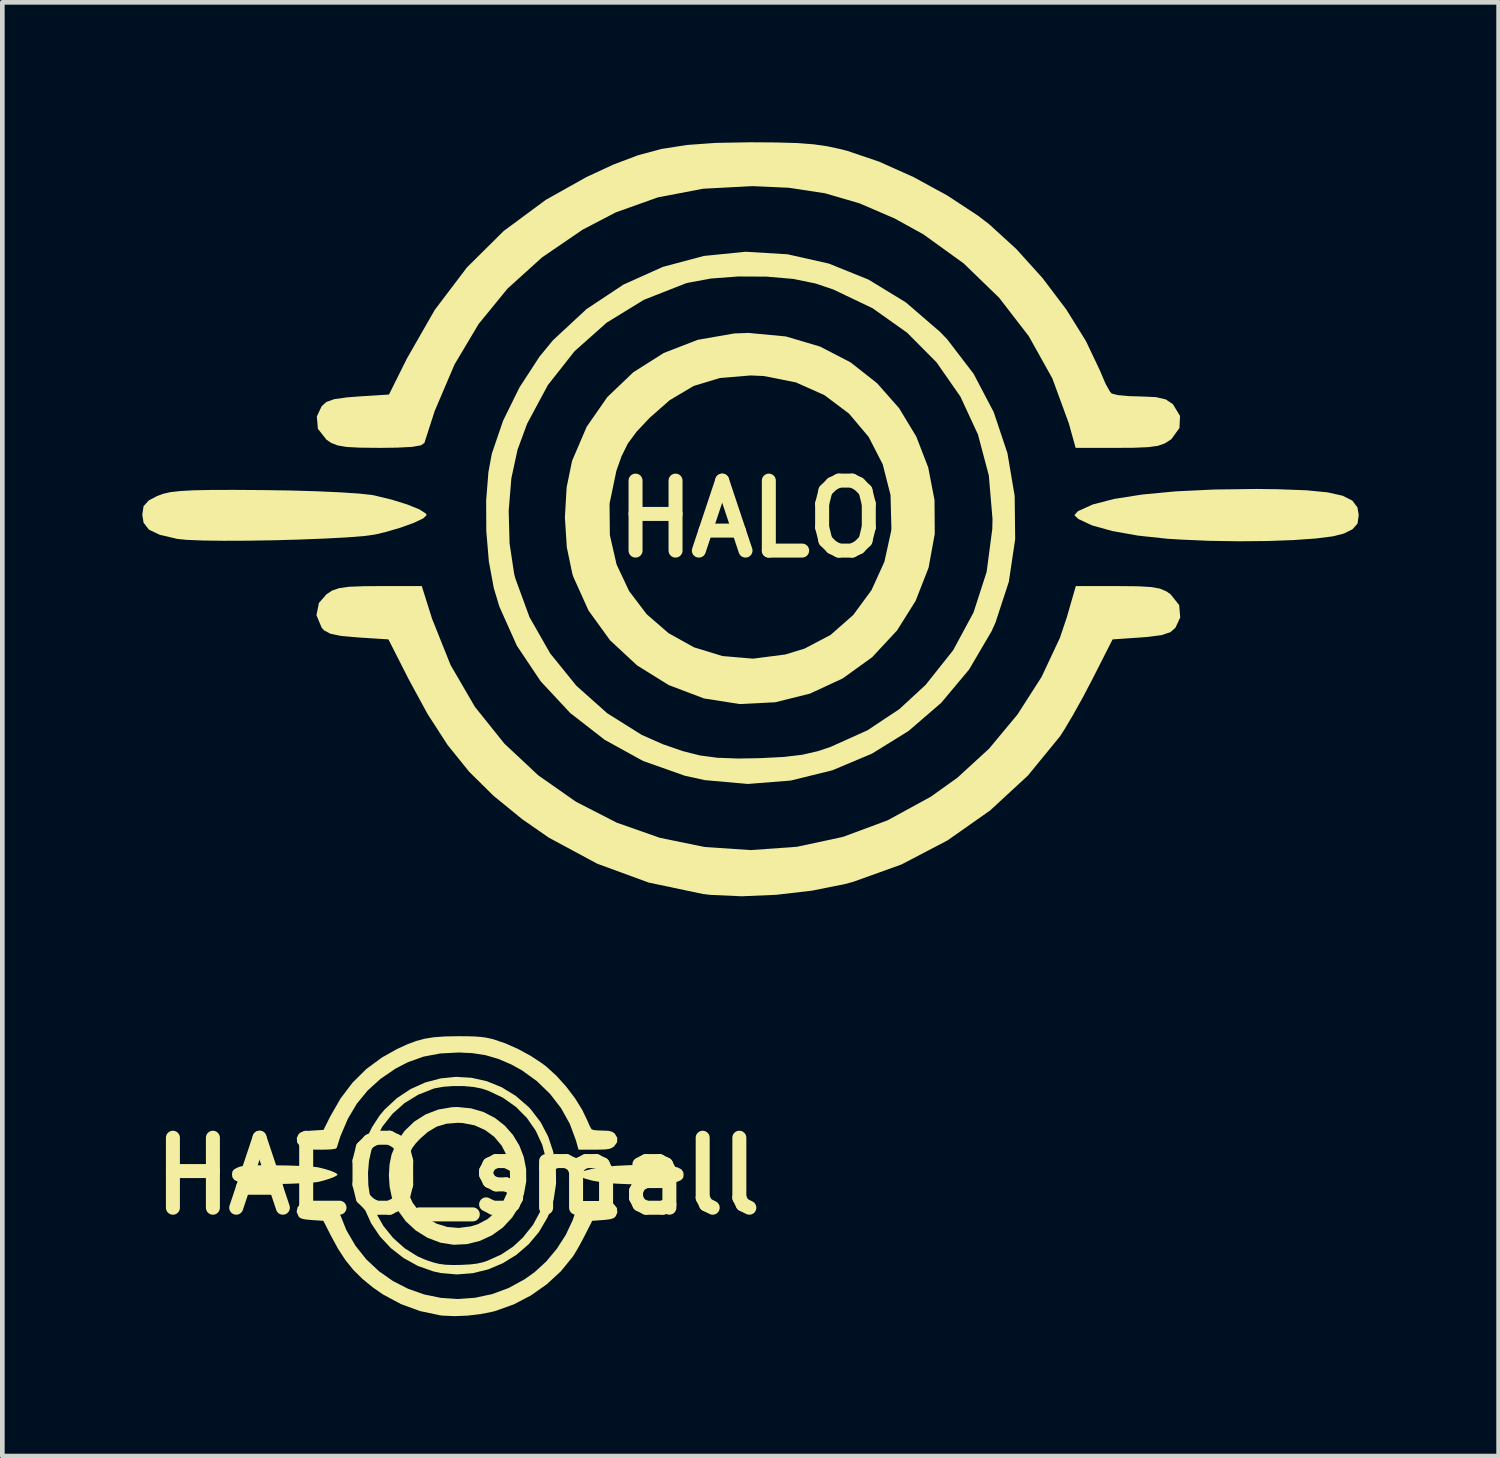
<source format=kicad_pcb>
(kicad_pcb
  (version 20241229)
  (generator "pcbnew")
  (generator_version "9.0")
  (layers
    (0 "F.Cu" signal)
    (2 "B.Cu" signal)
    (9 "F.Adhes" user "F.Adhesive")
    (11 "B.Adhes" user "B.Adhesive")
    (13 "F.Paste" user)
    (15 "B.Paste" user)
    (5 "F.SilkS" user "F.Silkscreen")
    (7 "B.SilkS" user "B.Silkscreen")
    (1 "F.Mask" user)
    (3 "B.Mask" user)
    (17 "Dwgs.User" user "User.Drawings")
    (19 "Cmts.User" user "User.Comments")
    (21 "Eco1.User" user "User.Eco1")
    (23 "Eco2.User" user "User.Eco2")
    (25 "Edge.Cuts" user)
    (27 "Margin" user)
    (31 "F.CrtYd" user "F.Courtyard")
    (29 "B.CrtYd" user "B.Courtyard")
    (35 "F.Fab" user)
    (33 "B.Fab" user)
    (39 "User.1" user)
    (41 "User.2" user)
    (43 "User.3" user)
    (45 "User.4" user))
  (footprint "HALO_small"
    (layer "F.Cu")
    (at 6.764 22.162)
    (property "Reference" "HALO_small" (at 0 0 0) (layer "F.SilkS") (effects (font (size 1.5 1.5) (thickness 0.3))))
    (attr board_only exclude_from_pos_files exclude_from_bom)
    (fp_poly (pts (xy 4.197 -0.237) (xy 4.423 -0.228) (xy 4.593 -0.212) (xy 4.713 -0.185) (xy 4.79 -0.146) (xy 4.831 -0.092) (xy 4.841 -0.031) (xy 4.832 0.037) (xy 4.792 0.082) (xy 4.723 0.116) (xy 4.637 0.138) (xy 4.499 0.156) (xy 4.321 0.168) (xy 4.113 0.176) (xy 3.887 0.178) (xy 3.653 0.174) (xy 3.422 0.164) (xy 3.316 0.157) (xy 3.084 0.133) (xy 2.881 0.097) (xy 2.719 0.052) (xy 2.609 0.000119) (xy 2.578 -0.03) (xy 2.603 -0.059) (xy 2.609 -0.063) (xy 2.723 -0.115) (xy 2.894 -0.159) (xy 3.116 -0.194) (xy 3.383 -0.219) (xy 3.689 -0.234) (xy 4.029 -0.239)) (stroke (width 0) (type solid)) (fill yes) (layer "F.SilkS"))
    (fp_poly (pts (xy -3.89 -0.23) (xy -3.662 -0.227) (xy -3.449 -0.22) (xy -3.261 -0.212) (xy -3.111 -0.201) (xy -3.01 -0.19) (xy -2.994 -0.187) (xy -2.854 -0.153) (xy -2.731 -0.115) (xy -2.636 -0.076) (xy -2.584 -0.043) (xy -2.578 -0.031) (xy -2.606 -0.004) (xy -2.68 0.031) (xy -2.786 0.069) (xy -2.908 0.105) (xy -2.986 0.124) (xy -3.074 0.136) (xy -3.211 0.147) (xy -3.385 0.156) (xy -3.582 0.164) (xy -3.792 0.17) (xy -3.999 0.173) (xy -4.194 0.174) (xy -4.361 0.172) (xy -4.49 0.166) (xy -4.562 0.159) (xy -4.701 0.126) (xy -4.788 0.085) (xy -4.831 0.03) (xy -4.841 -0.034) (xy -4.831 -0.102) (xy -4.789 -0.148) (xy -4.723 -0.182) (xy -4.677 -0.2) (xy -4.619 -0.213) (xy -4.541 -0.222) (xy -4.435 -0.228) (xy -4.292 -0.231) (xy -4.102 -0.231)) (stroke (width 0) (type solid)) (fill yes) (layer "F.SilkS"))
    (fp_poly (pts (xy 0.282 -1.452) (xy 0.554 -1.372) (xy 0.797 -1.246) (xy 1.008 -1.08) (xy 1.183 -0.881) (xy 1.319 -0.656) (xy 1.414 -0.41) (xy 1.465 -0.15) (xy 1.467 0.118) (xy 1.417 0.388) (xy 1.314 0.652) (xy 1.166 0.888) (xy 0.968 1.101) (xy 0.734 1.269) (xy 0.473 1.39) (xy 0.197 1.459) (xy -0.087 1.473) (xy -0.368 1.429) (xy -0.369 1.429) (xy -0.65 1.323) (xy -0.902 1.166) (xy -1.118 0.966) (xy -1.289 0.729) (xy -1.41 0.462) (xy -1.418 0.437) (xy -1.462 0.226) (xy -1.477 -0.013) (xy -1.471 -0.122) (xy -1.122 -0.122) (xy -1.12 0.129) (xy -1.066 0.362) (xy -0.966 0.574) (xy -0.827 0.758) (xy -0.653 0.909) (xy -0.45 1.022) (xy -0.224 1.091) (xy 0.02 1.112) (xy 0.276 1.079) (xy 0.431 1.032) (xy 0.638 0.923) (xy 0.818 0.764) (xy 0.963 0.566) (xy 1.066 0.34) (xy 1.119 0.096) (xy 1.121 0.075) (xy 1.115 -0.19) (xy 1.052 -0.435) (xy 0.94 -0.653) (xy 0.784 -0.839) (xy 0.589 -0.985) (xy 0.361 -1.087) (xy 0.105 -1.137) (xy 0 -1.142) (xy -0.243 -1.122) (xy -0.453 -1.059) (xy -0.644 -0.945) (xy -0.804 -0.804) (xy -0.907 -0.695) (xy -0.976 -0.601) (xy -1.027 -0.499) (xy -1.067 -0.384) (xy -1.122 -0.122) (xy -1.471 -0.122) (xy -1.463 -0.251) (xy -1.42 -0.461) (xy -1.42 -0.463) (xy -1.304 -0.734) (xy -1.139 -0.97) (xy -0.933 -1.168) (xy -0.691 -1.321) (xy -0.42 -1.426) (xy -0.128 -1.476) (xy -0.016 -1.481)) (stroke (width 0) (type solid)) (fill yes) (layer "F.SilkS"))
    (fp_poly (pts (xy -2.535 0.794) (xy -2.387 1.163) (xy -2.193 1.495) (xy -1.959 1.789) (xy -1.689 2.041) (xy -1.389 2.251) (xy -1.064 2.417) (xy -0.721 2.538) (xy -0.364 2.611) (xy 0.001 2.636) (xy 0.369 2.609) (xy 0.735 2.531) (xy 1.092 2.399) (xy 1.435 2.211) (xy 1.647 2.06) (xy 1.899 1.828) (xy 2.125 1.556) (xy 2.317 1.257) (xy 2.462 0.948) (xy 2.517 0.786) (xy 2.589 0.534) (xy 2.925 0.534) (xy 3.08 0.536) (xy 3.186 0.542) (xy 3.258 0.554) (xy 3.309 0.576) (xy 3.344 0.6) (xy 3.412 0.686) (xy 3.42 0.784) (xy 3.382 0.866) (xy 3.342 0.901) (xy 3.273 0.924) (xy 3.161 0.939) (xy 3.11 0.943) (xy 2.882 0.959) (xy 2.722 1.274) (xy 2.646 1.419) (xy 2.568 1.559) (xy 2.499 1.675) (xy 2.463 1.73) (xy 2.209 2.042) (xy 1.907 2.32) (xy 1.568 2.559) (xy 1.202 2.75) (xy 0.818 2.888) (xy 0.749 2.907) (xy 0.487 2.959) (xy 0.207 2.992) (xy -0.07 3.003) (xy -0.319 2.992) (xy -0.379 2.985) (xy -0.81 2.894) (xy -1.22 2.744) (xy -1.605 2.537) (xy -1.817 2.39) (xy -2.045 2.204) (xy -2.239 2.012) (xy -2.41 1.8) (xy -2.57 1.554) (xy -2.722 1.274) (xy -2.882 0.959) (xy -3.125 0.943) (xy -3.259 0.931) (xy -3.343 0.914) (xy -3.394 0.887) (xy -3.413 0.866) (xy -3.455 0.766) (xy -3.435 0.669) (xy -3.375 0.6) (xy -3.33 0.57) (xy -3.275 0.551) (xy -3.197 0.54) (xy -3.081 0.535) (xy -2.954 0.534) (xy -2.617 0.534)) (stroke (width 0) (type solid)) (fill yes) (layer "F.SilkS"))
    (fp_poly (pts (xy 0.211 -2.997) (xy 0.374 -2.992) (xy 0.503 -2.982) (xy 0.614 -2.966) (xy 0.721 -2.943) (xy 0.77 -2.93) (xy 1.025 -2.843) (xy 1.298 -2.721) (xy 1.568 -2.574) (xy 1.81 -2.414) (xy 1.899 -2.346) (xy 2.116 -2.148) (xy 2.325 -1.916) (xy 2.514 -1.667) (xy 2.67 -1.415) (xy 2.784 -1.176) (xy 2.789 -1.163) (xy 2.827 -1.075) (xy 2.862 -1.013) (xy 2.875 -0.999) (xy 2.922 -0.986) (xy 3.011 -0.978) (xy 3.104 -0.975) (xy 3.227 -0.97) (xy 3.306 -0.951) (xy 3.36 -0.915) (xy 3.364 -0.912) (xy 3.419 -0.82) (xy 3.415 -0.724) (xy 3.351 -0.637) (xy 3.344 -0.631) (xy 3.298 -0.601) (xy 3.243 -0.582) (xy 3.165 -0.571) (xy 3.049 -0.567) (xy 2.924 -0.566) (xy 2.588 -0.566) (xy 2.534 -0.761) (xy 2.402 -1.118) (xy 2.215 -1.454) (xy 1.978 -1.761) (xy 1.697 -2.034) (xy 1.376 -2.266) (xy 1.148 -2.392) (xy 0.868 -2.512) (xy 0.594 -2.592) (xy 0.305 -2.636) (xy 0.016 -2.649) (xy -0.377 -2.628) (xy -0.737 -2.56) (xy -1.072 -2.44) (xy -1.336 -2.303) (xy -1.659 -2.082) (xy -1.933 -1.834) (xy -2.164 -1.552) (xy -2.356 -1.229) (xy -2.514 -0.86) (xy -2.596 -0.605) (xy -2.623 -0.586) (xy -2.694 -0.574) (xy -2.817 -0.567) (xy -2.95 -0.566) (xy -3.106 -0.567) (xy -3.214 -0.573) (xy -3.286 -0.585) (xy -3.338 -0.606) (xy -3.375 -0.631) (xy -3.443 -0.717) (xy -3.452 -0.816) (xy -3.413 -0.898) (xy -3.376 -0.931) (xy -3.313 -0.953) (xy -3.21 -0.968) (xy -3.123 -0.975) (xy -2.878 -0.99) (xy -2.736 -1.275) (xy -2.513 -1.664) (xy -2.257 -2.002) (xy -1.964 -2.292) (xy -1.629 -2.54) (xy -1.305 -2.722) (xy -1.091 -2.821) (xy -0.897 -2.894) (xy -0.708 -2.945) (xy -0.506 -2.977) (xy -0.276 -2.993) (xy 0 -2.998)) (stroke (width 0) (type solid)) (fill yes) (layer "F.SilkS"))
    (fp_poly (pts (xy 0.295 -2.107) (xy 0.623 -2.033) (xy 0.939 -1.905) (xy 1.237 -1.723) (xy 1.51 -1.488) (xy 1.567 -1.428) (xy 1.776 -1.155) (xy 1.936 -0.85) (xy 2.045 -0.524) (xy 2.103 -0.184) (xy 2.107 0.161) (xy 2.056 0.5) (xy 1.949 0.825) (xy 1.918 0.896) (xy 1.74 1.199) (xy 1.517 1.464) (xy 1.257 1.688) (xy 0.966 1.868) (xy 0.652 2.001) (xy 0.32 2.082) (xy -0.02 2.109) (xy -0.364 2.079) (xy -0.523 2.044) (xy -0.855 1.927) (xy -1.161 1.758) (xy -1.435 1.545) (xy -1.67 1.293) (xy -1.86 1.009) (xy -1.999 0.698) (xy -2.043 0.551) (xy -2.083 0.338) (xy -2.103 0.098) (xy -2.104 -0.066) (xy -1.925 -0.066) (xy -1.918 0.195) (xy -1.882 0.434) (xy -1.872 0.472) (xy -1.759 0.782) (xy -1.595 1.07) (xy -1.386 1.328) (xy -1.14 1.547) (xy -0.866 1.719) (xy -0.696 1.794) (xy -0.541 1.847) (xy -0.403 1.882) (xy -0.262 1.901) (xy -0.097 1.907) (xy 0.079 1.904) (xy 0.265 1.894) (xy 0.41 1.877) (xy 0.535 1.849) (xy 0.636 1.815) (xy 0.931 1.682) (xy 1.185 1.513) (xy 1.394 1.32) (xy 1.613 1.045) (xy 1.775 0.745) (xy 1.88 0.422) (xy 1.924 0.081) (xy 1.926 0) (xy 1.897 -0.346) (xy 1.81 -0.672) (xy 1.67 -0.974) (xy 1.481 -1.246) (xy 1.247 -1.482) (xy 0.971 -1.678) (xy 0.658 -1.827) (xy 0.519 -1.874) (xy 0.342 -1.91) (xy 0.129 -1.929) (xy -0.098 -1.93) (xy -0.315 -1.914) (xy -0.498 -1.88) (xy -0.519 -1.874) (xy -0.849 -1.744) (xy -1.144 -1.563) (xy -1.4 -1.335) (xy -1.613 -1.066) (xy -1.778 -0.758) (xy -1.854 -0.55) (xy -1.904 -0.323) (xy -1.925 -0.066) (xy -2.104 -0.066) (xy -2.104 -0.148) (xy -2.086 -0.374) (xy -2.059 -0.52) (xy -1.97 -0.781) (xy -1.839 -1.047) (xy -1.681 -1.291) (xy -1.572 -1.423) (xy -1.305 -1.671) (xy -1.011 -1.865) (xy -0.699 -2.006) (xy -0.372 -2.093) (xy -0.039 -2.127)) (stroke (width 0) (type solid)) (fill yes) (layer "F.SilkS")))
  (footprint "HALO"
    (layer "F.Cu")
    (at 13.039 8.075)
    (property "Reference" "HALO" (at 0 0 0) (layer "F.SilkS") (effects (font (size 1.5 1.5) (thickness 0.3))))
    (attr board_only exclude_from_pos_files exclude_from_bom)
    (fp_poly (pts (xy 11.303 -0.637) (xy 11.912 -0.615) (xy 12.37 -0.57) (xy 12.694 -0.498) (xy 12.902 -0.393) (xy 13.011 -0.248) (xy 13.039 -0.085) (xy 13.013 0.1) (xy 12.907 0.22) (xy 12.721 0.313) (xy 12.49 0.372) (xy 12.119 0.419) (xy 11.638 0.453) (xy 11.078 0.473) (xy 10.468 0.479) (xy 9.838 0.469) (xy 9.217 0.442) (xy 8.932 0.424) (xy 8.306 0.357) (xy 7.76 0.26) (xy 7.324 0.139) (xy 7.027 0.000321) (xy 6.943 -0.081) (xy 7.01 -0.158) (xy 7.027 -0.17) (xy 7.335 -0.31) (xy 7.796 -0.429) (xy 8.393 -0.523) (xy 9.112 -0.591) (xy 9.937 -0.631) (xy 10.852 -0.643)) (stroke (width 0) (type solid)) (fill yes) (layer "F.SilkS"))
    (fp_poly (pts (xy -10.476 -0.619) (xy -9.863 -0.61) (xy -9.288 -0.593) (xy -8.783 -0.57) (xy -8.379 -0.543) (xy -8.106 -0.512) (xy -8.063 -0.504) (xy -7.688 -0.413) (xy -7.355 -0.309) (xy -7.1 -0.206) (xy -6.959 -0.115) (xy -6.943 -0.082) (xy -7.018 -0.011) (xy -7.219 0.084) (xy -7.504 0.187) (xy -7.833 0.283) (xy -8.043 0.333) (xy -8.28 0.366) (xy -8.649 0.395) (xy -9.116 0.42) (xy -9.649 0.441) (xy -10.212 0.457) (xy -10.772 0.466) (xy -11.295 0.468) (xy -11.747 0.462) (xy -12.094 0.448) (xy -12.288 0.428) (xy -12.663 0.34) (xy -12.895 0.23) (xy -13.011 0.081) (xy -13.039 -0.092) (xy -13.011 -0.274) (xy -12.898 -0.398) (xy -12.721 -0.491) (xy -12.595 -0.538) (xy -12.44 -0.574) (xy -12.231 -0.598) (xy -11.945 -0.614) (xy -11.559 -0.622) (xy -11.047 -0.623)) (stroke (width 0) (type solid)) (fill yes) (layer "F.SilkS"))
    (fp_poly (pts (xy 0.76 -3.912) (xy 1.492 -3.695) (xy 2.146 -3.356) (xy 2.714 -2.909) (xy 3.186 -2.374) (xy 3.554 -1.766) (xy 3.81 -1.103) (xy 3.945 -0.403) (xy 3.95 0.319) (xy 3.818 1.044) (xy 3.539 1.757) (xy 3.141 2.391) (xy 2.607 2.965) (xy 1.976 3.419) (xy 1.275 3.744) (xy 0.53 3.93) (xy -0.234 3.968) (xy -0.991 3.849) (xy -0.994 3.849) (xy -1.752 3.562) (xy -2.431 3.14) (xy -3.011 2.601) (xy -3.473 1.963) (xy -3.797 1.244) (xy -3.819 1.178) (xy -3.938 0.608) (xy -3.979 -0.034) (xy -3.962 -0.327) (xy -3.022 -0.327) (xy -3.015 0.347) (xy -2.871 0.976) (xy -2.603 1.545) (xy -2.227 2.041) (xy -1.758 2.448) (xy -1.212 2.752) (xy -0.602 2.939) (xy 0.055 2.995) (xy 0.744 2.906) (xy 1.16 2.779) (xy 1.718 2.485) (xy 2.203 2.058) (xy 2.594 1.526) (xy 2.871 0.917) (xy 3.015 0.26) (xy 3.02 0.202) (xy 3.002 -0.512) (xy 2.834 -1.172) (xy 2.532 -1.76) (xy 2.111 -2.259) (xy 1.585 -2.654) (xy 0.972 -2.928) (xy 0.284 -3.064) (xy 0 -3.076) (xy -0.655 -3.022) (xy -1.219 -2.851) (xy -1.734 -2.545) (xy -2.164 -2.166) (xy -2.442 -1.871) (xy -2.629 -1.618) (xy -2.765 -1.344) (xy -2.875 -1.033) (xy -3.022 -0.327) (xy -3.962 -0.327) (xy -3.942 -0.675) (xy -3.826 -1.241) (xy -3.824 -1.247) (xy -3.512 -1.976) (xy -3.069 -2.613) (xy -2.512 -3.145) (xy -1.86 -3.558) (xy -1.132 -3.84) (xy -0.346 -3.977) (xy -0.042 -3.988)) (stroke (width 0) (type solid)) (fill yes) (layer "F.SilkS"))
    (fp_poly (pts (xy -6.827 2.138) (xy -6.429 3.133) (xy -5.908 4.028) (xy -5.276 4.817) (xy -4.549 5.497) (xy -3.741 6.063) (xy -2.867 6.511) (xy -1.942 6.836) (xy -0.98 7.033) (xy 0.004 7.099) (xy 0.995 7.028) (xy 1.979 6.817) (xy 2.941 6.46) (xy 3.866 5.954) (xy 4.435 5.547) (xy 5.114 4.925) (xy 5.724 4.191) (xy 6.24 3.386) (xy 6.631 2.553) (xy 6.778 2.118) (xy 6.974 1.439) (xy 7.878 1.439) (xy 8.296 1.443) (xy 8.582 1.459) (xy 8.775 1.493) (xy 8.913 1.551) (xy 9.006 1.615) (xy 9.19 1.847) (xy 9.212 2.112) (xy 9.109 2.333) (xy 9 2.428) (xy 8.815 2.49) (xy 8.514 2.529) (xy 8.375 2.54) (xy 7.762 2.582) (xy 7.331 3.431) (xy 7.126 3.822) (xy 6.916 4.199) (xy 6.731 4.511) (xy 6.635 4.66) (xy 5.949 5.499) (xy 5.137 6.249) (xy 4.224 6.891) (xy 3.237 7.407) (xy 2.202 7.779) (xy 2.017 7.829) (xy 1.313 7.969) (xy 0.556 8.057) (xy -0.189 8.089) (xy -0.86 8.059) (xy -1.02 8.04) (xy -2.182 7.795) (xy -3.286 7.391) (xy -4.324 6.832) (xy -4.892 6.438) (xy -5.508 5.936) (xy -6.031 5.419) (xy -6.492 4.848) (xy -6.921 4.185) (xy -7.331 3.431) (xy -7.762 2.582) (xy -8.418 2.54) (xy -8.777 2.508) (xy -9.005 2.461) (xy -9.141 2.389) (xy -9.193 2.333) (xy -9.305 2.062) (xy -9.252 1.801) (xy -9.09 1.615) (xy -8.968 1.535) (xy -8.821 1.484) (xy -8.61 1.454) (xy -8.298 1.442) (xy -7.957 1.439) (xy -7.047 1.439)) (stroke (width 0) (type solid)) (fill yes) (layer "F.SilkS"))
    (fp_poly (pts (xy 0.568 -8.071) (xy 1.007 -8.058) (xy 1.356 -8.031) (xy 1.654 -7.988) (xy 1.943 -7.925) (xy 2.074 -7.891) (xy 2.761 -7.658) (xy 3.497 -7.328) (xy 4.222 -6.932) (xy 4.876 -6.502) (xy 5.114 -6.32) (xy 5.7 -5.785) (xy 6.262 -5.162) (xy 6.77 -4.49) (xy 7.192 -3.812) (xy 7.497 -3.169) (xy 7.511 -3.133) (xy 7.613 -2.895) (xy 7.708 -2.727) (xy 7.743 -2.689) (xy 7.869 -2.656) (xy 8.11 -2.633) (xy 8.361 -2.626) (xy 8.69 -2.612) (xy 8.903 -2.562) (xy 9.049 -2.465) (xy 9.059 -2.455) (xy 9.208 -2.208) (xy 9.196 -1.95) (xy 9.027 -1.717) (xy 9.006 -1.699) (xy 8.883 -1.62) (xy 8.736 -1.568) (xy 8.524 -1.539) (xy 8.211 -1.526) (xy 7.876 -1.524) (xy 6.97 -1.524) (xy 6.824 -2.049) (xy 6.471 -3.012) (xy 5.967 -3.916) (xy 5.329 -4.743) (xy 4.57 -5.478) (xy 3.705 -6.102) (xy 3.091 -6.441) (xy 2.337 -6.766) (xy 1.6 -6.981) (xy 0.823 -7.1) (xy 0.042 -7.135) (xy -1.017 -7.079) (xy -1.985 -6.894) (xy -2.887 -6.573) (xy -3.598 -6.202) (xy -4.468 -5.608) (xy -5.207 -4.94) (xy -5.829 -4.179) (xy -6.346 -3.31) (xy -6.77 -2.315) (xy -6.991 -1.63) (xy -7.063 -1.579) (xy -7.256 -1.545) (xy -7.587 -1.528) (xy -7.945 -1.524) (xy -8.366 -1.528) (xy -8.655 -1.543) (xy -8.851 -1.576) (xy -8.99 -1.631) (xy -9.09 -1.699) (xy -9.274 -1.932) (xy -9.297 -2.197) (xy -9.193 -2.418) (xy -9.092 -2.508) (xy -8.923 -2.568) (xy -8.646 -2.607) (xy -8.412 -2.625) (xy -7.75 -2.667) (xy -7.368 -3.435) (xy -6.768 -4.483) (xy -6.079 -5.392) (xy -5.29 -6.174) (xy -4.388 -6.841) (xy -3.514 -7.331) (xy -2.937 -7.598) (xy -2.417 -7.795) (xy -1.907 -7.932) (xy -1.364 -8.017) (xy -0.742 -8.062) (xy 0 -8.075)) (stroke (width 0) (type solid)) (fill yes) (layer "F.SilkS"))
    (fp_poly (pts (xy 0.794 -5.674) (xy 1.678 -5.475) (xy 2.53 -5.131) (xy 3.331 -4.642) (xy 4.066 -4.008) (xy 4.22 -3.847) (xy 4.783 -3.111) (xy 5.214 -2.29) (xy 5.508 -1.41) (xy 5.663 -0.494) (xy 5.674 0.433) (xy 5.538 1.347) (xy 5.251 2.223) (xy 5.165 2.412) (xy 4.686 3.228) (xy 4.087 3.943) (xy 3.386 4.547) (xy 2.602 5.032) (xy 1.755 5.388) (xy 0.863 5.608) (xy -0.055 5.681) (xy -0.98 5.599) (xy -1.408 5.505) (xy -2.302 5.189) (xy -3.126 4.735) (xy -3.864 4.161) (xy -4.497 3.482) (xy -5.009 2.717) (xy -5.383 1.881) (xy -5.503 1.483) (xy -5.609 0.911) (xy -5.664 0.264) (xy -5.666 -0.178) (xy -5.184 -0.178) (xy -5.165 0.525) (xy -5.068 1.168) (xy -5.043 1.27) (xy -4.738 2.105) (xy -4.295 2.882) (xy -3.733 3.576) (xy -3.071 4.166) (xy -2.332 4.629) (xy -1.875 4.831) (xy -1.456 4.976) (xy -1.085 5.07) (xy -0.706 5.12) (xy -0.261 5.136) (xy 0.212 5.128) (xy 0.713 5.102) (xy 1.104 5.056) (xy 1.441 4.979) (xy 1.714 4.888) (xy 2.507 4.531) (xy 3.192 4.076) (xy 3.755 3.556) (xy 4.344 2.815) (xy 4.781 2.005) (xy 5.062 1.136) (xy 5.183 0.217) (xy 5.188 0) (xy 5.109 -0.932) (xy 4.876 -1.811) (xy 4.499 -2.624) (xy 3.989 -3.356) (xy 3.358 -3.992) (xy 2.616 -4.518) (xy 1.773 -4.92) (xy 1.397 -5.047) (xy 0.921 -5.145) (xy 0.347 -5.195) (xy -0.264 -5.198) (xy -0.848 -5.154) (xy -1.34 -5.063) (xy -1.397 -5.047) (xy -2.287 -4.697) (xy -3.082 -4.209) (xy -3.771 -3.597) (xy -4.344 -2.87) (xy -4.789 -2.041) (xy -4.995 -1.482) (xy -5.127 -0.87) (xy -5.184 -0.178) (xy -5.666 -0.178) (xy -5.667 -0.397) (xy -5.618 -1.009) (xy -5.545 -1.4) (xy -5.305 -2.104) (xy -4.953 -2.819) (xy -4.526 -3.476) (xy -4.234 -3.832) (xy -3.514 -4.5) (xy -2.724 -5.024) (xy -1.881 -5.403) (xy -1.003 -5.638) (xy -0.105 -5.728)) (stroke (width 0) (type solid)) (fill yes) (layer "F.SilkS")))
  (gr_rect
    (start -3 -3)
    (end 29.077 28.165)
    (stroke (width 0.1) (type default))
    (fill no)
    (layer "Edge.Cuts")))
</source>
